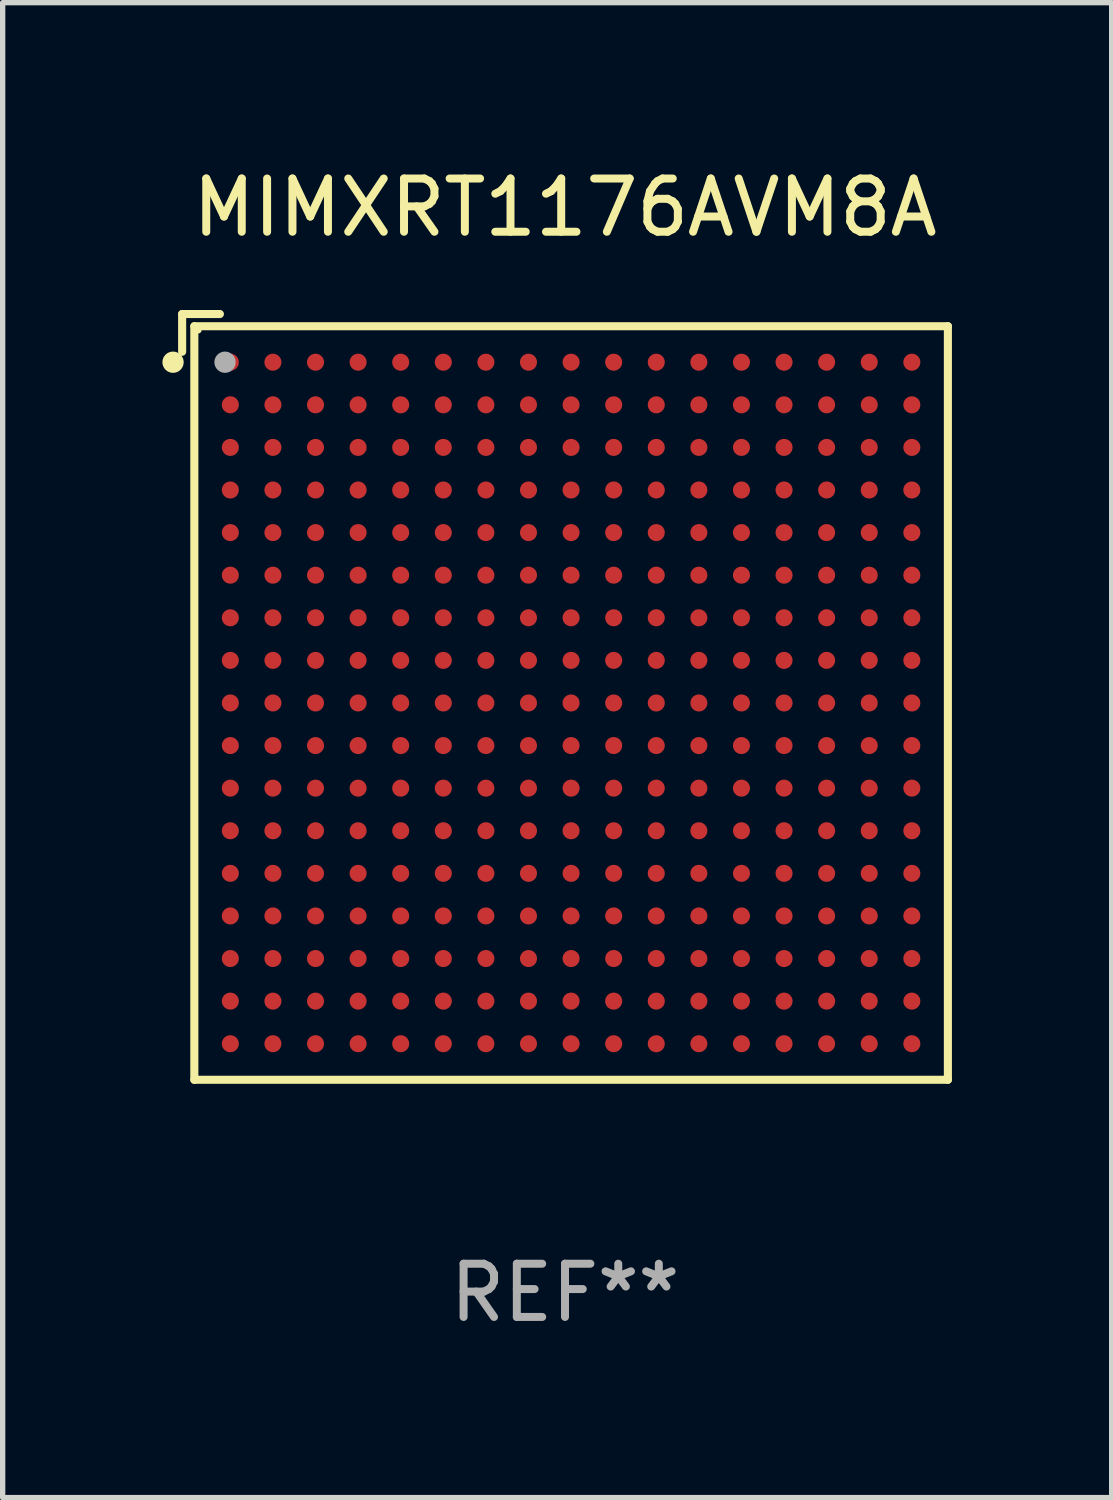
<source format=kicad_pcb>
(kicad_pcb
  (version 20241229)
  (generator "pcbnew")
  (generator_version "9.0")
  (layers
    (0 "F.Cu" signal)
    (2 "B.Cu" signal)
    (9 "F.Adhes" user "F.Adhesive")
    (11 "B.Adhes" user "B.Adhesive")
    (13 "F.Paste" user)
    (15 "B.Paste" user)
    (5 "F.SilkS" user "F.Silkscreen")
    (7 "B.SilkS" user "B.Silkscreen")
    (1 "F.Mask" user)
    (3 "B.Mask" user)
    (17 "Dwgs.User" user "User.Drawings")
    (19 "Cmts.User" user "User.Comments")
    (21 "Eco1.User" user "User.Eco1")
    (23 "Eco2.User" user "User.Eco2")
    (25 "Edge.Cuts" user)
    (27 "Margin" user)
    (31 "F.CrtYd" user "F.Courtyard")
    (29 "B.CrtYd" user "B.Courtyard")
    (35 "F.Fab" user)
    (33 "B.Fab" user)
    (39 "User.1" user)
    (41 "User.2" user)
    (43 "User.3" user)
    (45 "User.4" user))
  (footprint "MIMXRT1176AVM8A"
    (layer "F.Cu")
    (at 7.562 10.039)
    (property "Reference" "MIMXRT1176AVM8A" (at 0 -9.191 0) (layer "F.SilkS") (effects (font (size 1 1) (thickness 0.15))))
    (attr through_hole)
    (fp_line (start -7.191 -7.191) (end -7.191 -6.482) (stroke (width 0.152) (type solid)) (layer "F.SilkS"))
    (fp_line (start -6.962 -6.962) (end 7.191 -6.962) (stroke (width 0.152) (type solid)) (layer "F.SilkS"))
    (fp_line (start -6.962 7.191) (end -6.962 -6.962) (stroke (width 0.152) (type solid)) (layer "F.SilkS"))
    (fp_line (start -6.482 -7.191) (end -7.191 -7.191) (stroke (width 0.152) (type solid)) (layer "F.SilkS"))
    (fp_line (start 7.191 -6.962) (end 7.191 7.191) (stroke (width 0.152) (type solid)) (layer "F.SilkS"))
    (fp_line (start 7.191 7.191) (end -6.962 7.191) (stroke (width 0.152) (type solid)) (layer "F.SilkS"))
    (fp_circle (center -7.362 -6.286) (end -7.262 -6.286) (stroke (width 0.2) (type solid)) (fill no) (layer "F.SilkS"))
    (fp_circle (center -6.886 -6.886) (end -6.856 -6.886) (stroke (width 0.06) (type solid)) (fill no) (layer "F.SilkS"))
    (fp_circle (center -6.386 -6.286) (end -6.286 -6.286) (stroke (width 0.2) (type solid)) (fill no) (layer "F.Fab"))
    (fp_text user "REF**" (at 0 11.191 0) (layer "F.Fab") (effects (font (size 1 1) (thickness 0.15))))
    (pad "A1" smd circle (at -6.286 -6.286) (size 0.32 0.32) (layers "F.Cu" "F.Mask" "F.Paste"))
    (pad "A2" smd circle (at -5.486 -6.286) (size 0.32 0.32) (layers "F.Cu" "F.Mask" "F.Paste"))
    (pad "A3" smd circle (at -4.686 -6.286) (size 0.32 0.32) (layers "F.Cu" "F.Mask" "F.Paste"))
    (pad "A4" smd circle (at -3.886 -6.286) (size 0.32 0.32) (layers "F.Cu" "F.Mask" "F.Paste"))
    (pad "A5" smd circle (at -3.086 -6.286) (size 0.32 0.32) (layers "F.Cu" "F.Mask" "F.Paste"))
    (pad "A6" smd circle (at -2.286 -6.286) (size 0.32 0.32) (layers "F.Cu" "F.Mask" "F.Paste"))
    (pad "A7" smd circle (at -1.486 -6.286) (size 0.32 0.32) (layers "F.Cu" "F.Mask" "F.Paste"))
    (pad "A8" smd circle (at -0.686 -6.286) (size 0.32 0.32) (layers "F.Cu" "F.Mask" "F.Paste"))
    (pad "A9" smd circle (at 0.114 -6.286) (size 0.32 0.32) (layers "F.Cu" "F.Mask" "F.Paste"))
    (pad "A10" smd circle (at 0.914 -6.286) (size 0.32 0.32) (layers "F.Cu" "F.Mask" "F.Paste"))
    (pad "A11" smd circle (at 1.714 -6.286) (size 0.32 0.32) (layers "F.Cu" "F.Mask" "F.Paste"))
    (pad "A12" smd circle (at 2.514 -6.286) (size 0.32 0.32) (layers "F.Cu" "F.Mask" "F.Paste"))
    (pad "A13" smd circle (at 3.314 -6.286) (size 0.32 0.32) (layers "F.Cu" "F.Mask" "F.Paste"))
    (pad "A14" smd circle (at 4.114 -6.286) (size 0.32 0.32) (layers "F.Cu" "F.Mask" "F.Paste"))
    (pad "A15" smd circle (at 4.914 -6.286) (size 0.32 0.32) (layers "F.Cu" "F.Mask" "F.Paste"))
    (pad "A16" smd circle (at 5.714 -6.286) (size 0.32 0.32) (layers "F.Cu" "F.Mask" "F.Paste"))
    (pad "A17" smd circle (at 6.514 -6.286) (size 0.32 0.32) (layers "F.Cu" "F.Mask" "F.Paste"))
    (pad "B1" smd circle (at -6.286 -5.486) (size 0.32 0.32) (layers "F.Cu" "F.Mask" "F.Paste"))
    (pad "B2" smd circle (at -5.486 -5.486) (size 0.32 0.32) (layers "F.Cu" "F.Mask" "F.Paste"))
    (pad "B3" smd circle (at -4.686 -5.486) (size 0.32 0.32) (layers "F.Cu" "F.Mask" "F.Paste"))
    (pad "B4" smd circle (at -3.886 -5.486) (size 0.32 0.32) (layers "F.Cu" "F.Mask" "F.Paste"))
    (pad "B5" smd circle (at -3.086 -5.486) (size 0.32 0.32) (layers "F.Cu" "F.Mask" "F.Paste"))
    (pad "B6" smd circle (at -2.286 -5.486) (size 0.32 0.32) (layers "F.Cu" "F.Mask" "F.Paste"))
    (pad "B7" smd circle (at -1.486 -5.486) (size 0.32 0.32) (layers "F.Cu" "F.Mask" "F.Paste"))
    (pad "B8" smd circle (at -0.686 -5.486) (size 0.32 0.32) (layers "F.Cu" "F.Mask" "F.Paste"))
    (pad "B9" smd circle (at 0.114 -5.486) (size 0.32 0.32) (layers "F.Cu" "F.Mask" "F.Paste"))
    (pad "B10" smd circle (at 0.914 -5.486) (size 0.32 0.32) (layers "F.Cu" "F.Mask" "F.Paste"))
    (pad "B11" smd circle (at 1.714 -5.486) (size 0.32 0.32) (layers "F.Cu" "F.Mask" "F.Paste"))
    (pad "B12" smd circle (at 2.514 -5.486) (size 0.32 0.32) (layers "F.Cu" "F.Mask" "F.Paste"))
    (pad "B13" smd circle (at 3.314 -5.486) (size 0.32 0.32) (layers "F.Cu" "F.Mask" "F.Paste"))
    (pad "B14" smd circle (at 4.114 -5.486) (size 0.32 0.32) (layers "F.Cu" "F.Mask" "F.Paste"))
    (pad "B15" smd circle (at 4.914 -5.486) (size 0.32 0.32) (layers "F.Cu" "F.Mask" "F.Paste"))
    (pad "B16" smd circle (at 5.714 -5.486) (size 0.32 0.32) (layers "F.Cu" "F.Mask" "F.Paste"))
    (pad "B17" smd circle (at 6.514 -5.486) (size 0.32 0.32) (layers "F.Cu" "F.Mask" "F.Paste"))
    (pad "C1" smd circle (at -6.286 -4.686) (size 0.32 0.32) (layers "F.Cu" "F.Mask" "F.Paste"))
    (pad "C2" smd circle (at -5.486 -4.686) (size 0.32 0.32) (layers "F.Cu" "F.Mask" "F.Paste"))
    (pad "C3" smd circle (at -4.686 -4.686) (size 0.32 0.32) (layers "F.Cu" "F.Mask" "F.Paste"))
    (pad "C4" smd circle (at -3.886 -4.686) (size 0.32 0.32) (layers "F.Cu" "F.Mask" "F.Paste"))
    (pad "C5" smd circle (at -3.086 -4.686) (size 0.32 0.32) (layers "F.Cu" "F.Mask" "F.Paste"))
    (pad "C6" smd circle (at -2.286 -4.686) (size 0.32 0.32) (layers "F.Cu" "F.Mask" "F.Paste"))
    (pad "C7" smd circle (at -1.486 -4.686) (size 0.32 0.32) (layers "F.Cu" "F.Mask" "F.Paste"))
    (pad "C8" smd circle (at -0.686 -4.686) (size 0.32 0.32) (layers "F.Cu" "F.Mask" "F.Paste"))
    (pad "C9" smd circle (at 0.114 -4.686) (size 0.32 0.32) (layers "F.Cu" "F.Mask" "F.Paste"))
    (pad "C10" smd circle (at 0.914 -4.686) (size 0.32 0.32) (layers "F.Cu" "F.Mask" "F.Paste"))
    (pad "C11" smd circle (at 1.714 -4.686) (size 0.32 0.32) (layers "F.Cu" "F.Mask" "F.Paste"))
    (pad "C12" smd circle (at 2.514 -4.686) (size 0.32 0.32) (layers "F.Cu" "F.Mask" "F.Paste"))
    (pad "C13" smd circle (at 3.314 -4.686) (size 0.32 0.32) (layers "F.Cu" "F.Mask" "F.Paste"))
    (pad "C14" smd circle (at 4.114 -4.686) (size 0.32 0.32) (layers "F.Cu" "F.Mask" "F.Paste"))
    (pad "C15" smd circle (at 4.914 -4.686) (size 0.32 0.32) (layers "F.Cu" "F.Mask" "F.Paste"))
    (pad "C16" smd circle (at 5.714 -4.686) (size 0.32 0.32) (layers "F.Cu" "F.Mask" "F.Paste"))
    (pad "C17" smd circle (at 6.514 -4.686) (size 0.32 0.32) (layers "F.Cu" "F.Mask" "F.Paste"))
    (pad "D1" smd circle (at -6.286 -3.886) (size 0.32 0.32) (layers "F.Cu" "F.Mask" "F.Paste"))
    (pad "D2" smd circle (at -5.486 -3.886) (size 0.32 0.32) (layers "F.Cu" "F.Mask" "F.Paste"))
    (pad "D3" smd circle (at -4.686 -3.886) (size 0.32 0.32) (layers "F.Cu" "F.Mask" "F.Paste"))
    (pad "D4" smd circle (at -3.886 -3.886) (size 0.32 0.32) (layers "F.Cu" "F.Mask" "F.Paste"))
    (pad "D5" smd circle (at -3.086 -3.886) (size 0.32 0.32) (layers "F.Cu" "F.Mask" "F.Paste"))
    (pad "D6" smd circle (at -2.286 -3.886) (size 0.32 0.32) (layers "F.Cu" "F.Mask" "F.Paste"))
    (pad "D7" smd circle (at -1.486 -3.886) (size 0.32 0.32) (layers "F.Cu" "F.Mask" "F.Paste"))
    (pad "D8" smd circle (at -0.686 -3.886) (size 0.32 0.32) (layers "F.Cu" "F.Mask" "F.Paste"))
    (pad "D9" smd circle (at 0.114 -3.886) (size 0.32 0.32) (layers "F.Cu" "F.Mask" "F.Paste"))
    (pad "D10" smd circle (at 0.914 -3.886) (size 0.32 0.32) (layers "F.Cu" "F.Mask" "F.Paste"))
    (pad "D11" smd circle (at 1.714 -3.886) (size 0.32 0.32) (layers "F.Cu" "F.Mask" "F.Paste"))
    (pad "D12" smd circle (at 2.514 -3.886) (size 0.32 0.32) (layers "F.Cu" "F.Mask" "F.Paste"))
    (pad "D13" smd circle (at 3.314 -3.886) (size 0.32 0.32) (layers "F.Cu" "F.Mask" "F.Paste"))
    (pad "D14" smd circle (at 4.114 -3.886) (size 0.32 0.32) (layers "F.Cu" "F.Mask" "F.Paste"))
    (pad "D15" smd circle (at 4.914 -3.886) (size 0.32 0.32) (layers "F.Cu" "F.Mask" "F.Paste"))
    (pad "D16" smd circle (at 5.714 -3.886) (size 0.32 0.32) (layers "F.Cu" "F.Mask" "F.Paste"))
    (pad "D17" smd circle (at 6.514 -3.886) (size 0.32 0.32) (layers "F.Cu" "F.Mask" "F.Paste"))
    (pad "E1" smd circle (at -6.286 -3.086) (size 0.32 0.32) (layers "F.Cu" "F.Mask" "F.Paste"))
    (pad "E2" smd circle (at -5.486 -3.086) (size 0.32 0.32) (layers "F.Cu" "F.Mask" "F.Paste"))
    (pad "E3" smd circle (at -4.686 -3.086) (size 0.32 0.32) (layers "F.Cu" "F.Mask" "F.Paste"))
    (pad "E4" smd circle (at -3.886 -3.086) (size 0.32 0.32) (layers "F.Cu" "F.Mask" "F.Paste"))
    (pad "E5" smd circle (at -3.086 -3.086) (size 0.32 0.32) (layers "F.Cu" "F.Mask" "F.Paste"))
    (pad "E6" smd circle (at -2.286 -3.086) (size 0.32 0.32) (layers "F.Cu" "F.Mask" "F.Paste"))
    (pad "E7" smd circle (at -1.486 -3.086) (size 0.32 0.32) (layers "F.Cu" "F.Mask" "F.Paste"))
    (pad "E8" smd circle (at -0.686 -3.086) (size 0.32 0.32) (layers "F.Cu" "F.Mask" "F.Paste"))
    (pad "E9" smd circle (at 0.114 -3.086) (size 0.32 0.32) (layers "F.Cu" "F.Mask" "F.Paste"))
    (pad "E10" smd circle (at 0.914 -3.086) (size 0.32 0.32) (layers "F.Cu" "F.Mask" "F.Paste"))
    (pad "E11" smd circle (at 1.714 -3.086) (size 0.32 0.32) (layers "F.Cu" "F.Mask" "F.Paste"))
    (pad "E12" smd circle (at 2.514 -3.086) (size 0.32 0.32) (layers "F.Cu" "F.Mask" "F.Paste"))
    (pad "E13" smd circle (at 3.314 -3.086) (size 0.32 0.32) (layers "F.Cu" "F.Mask" "F.Paste"))
    (pad "E14" smd circle (at 4.114 -3.086) (size 0.32 0.32) (layers "F.Cu" "F.Mask" "F.Paste"))
    (pad "E15" smd circle (at 4.914 -3.086) (size 0.32 0.32) (layers "F.Cu" "F.Mask" "F.Paste"))
    (pad "E16" smd circle (at 5.714 -3.086) (size 0.32 0.32) (layers "F.Cu" "F.Mask" "F.Paste"))
    (pad "E17" smd circle (at 6.514 -3.086) (size 0.32 0.32) (layers "F.Cu" "F.Mask" "F.Paste"))
    (pad "F1" smd circle (at -6.286 -2.286) (size 0.32 0.32) (layers "F.Cu" "F.Mask" "F.Paste"))
    (pad "F2" smd circle (at -5.486 -2.286) (size 0.32 0.32) (layers "F.Cu" "F.Mask" "F.Paste"))
    (pad "F3" smd circle (at -4.686 -2.286) (size 0.32 0.32) (layers "F.Cu" "F.Mask" "F.Paste"))
    (pad "F4" smd circle (at -3.886 -2.286) (size 0.32 0.32) (layers "F.Cu" "F.Mask" "F.Paste"))
    (pad "F5" smd circle (at -3.086 -2.286) (size 0.32 0.32) (layers "F.Cu" "F.Mask" "F.Paste"))
    (pad "F6" smd circle (at -2.286 -2.286) (size 0.32 0.32) (layers "F.Cu" "F.Mask" "F.Paste"))
    (pad "F7" smd circle (at -1.486 -2.286) (size 0.32 0.32) (layers "F.Cu" "F.Mask" "F.Paste"))
    (pad "F8" smd circle (at -0.686 -2.286) (size 0.32 0.32) (layers "F.Cu" "F.Mask" "F.Paste"))
    (pad "F9" smd circle (at 0.114 -2.286) (size 0.32 0.32) (layers "F.Cu" "F.Mask" "F.Paste"))
    (pad "F10" smd circle (at 0.914 -2.286) (size 0.32 0.32) (layers "F.Cu" "F.Mask" "F.Paste"))
    (pad "F11" smd circle (at 1.714 -2.286) (size 0.32 0.32) (layers "F.Cu" "F.Mask" "F.Paste"))
    (pad "F12" smd circle (at 2.514 -2.286) (size 0.32 0.32) (layers "F.Cu" "F.Mask" "F.Paste"))
    (pad "F13" smd circle (at 3.314 -2.286) (size 0.32 0.32) (layers "F.Cu" "F.Mask" "F.Paste"))
    (pad "F14" smd circle (at 4.114 -2.286) (size 0.32 0.32) (layers "F.Cu" "F.Mask" "F.Paste"))
    (pad "F15" smd circle (at 4.914 -2.286) (size 0.32 0.32) (layers "F.Cu" "F.Mask" "F.Paste"))
    (pad "F16" smd circle (at 5.714 -2.286) (size 0.32 0.32) (layers "F.Cu" "F.Mask" "F.Paste"))
    (pad "F17" smd circle (at 6.514 -2.286) (size 0.32 0.32) (layers "F.Cu" "F.Mask" "F.Paste"))
    (pad "G1" smd circle (at -6.286 -1.486) (size 0.32 0.32) (layers "F.Cu" "F.Mask" "F.Paste"))
    (pad "G2" smd circle (at -5.486 -1.486) (size 0.32 0.32) (layers "F.Cu" "F.Mask" "F.Paste"))
    (pad "G3" smd circle (at -4.686 -1.486) (size 0.32 0.32) (layers "F.Cu" "F.Mask" "F.Paste"))
    (pad "G4" smd circle (at -3.886 -1.486) (size 0.32 0.32) (layers "F.Cu" "F.Mask" "F.Paste"))
    (pad "G5" smd circle (at -3.086 -1.486) (size 0.32 0.32) (layers "F.Cu" "F.Mask" "F.Paste"))
    (pad "G6" smd circle (at -2.286 -1.486) (size 0.32 0.32) (layers "F.Cu" "F.Mask" "F.Paste"))
    (pad "G7" smd circle (at -1.486 -1.486) (size 0.32 0.32) (layers "F.Cu" "F.Mask" "F.Paste"))
    (pad "G8" smd circle (at -0.686 -1.486) (size 0.32 0.32) (layers "F.Cu" "F.Mask" "F.Paste"))
    (pad "G9" smd circle (at 0.114 -1.486) (size 0.32 0.32) (layers "F.Cu" "F.Mask" "F.Paste"))
    (pad "G10" smd circle (at 0.914 -1.486) (size 0.32 0.32) (layers "F.Cu" "F.Mask" "F.Paste"))
    (pad "G11" smd circle (at 1.714 -1.486) (size 0.32 0.32) (layers "F.Cu" "F.Mask" "F.Paste"))
    (pad "G12" smd circle (at 2.514 -1.486) (size 0.32 0.32) (layers "F.Cu" "F.Mask" "F.Paste"))
    (pad "G13" smd circle (at 3.314 -1.486) (size 0.32 0.32) (layers "F.Cu" "F.Mask" "F.Paste"))
    (pad "G14" smd circle (at 4.114 -1.486) (size 0.32 0.32) (layers "F.Cu" "F.Mask" "F.Paste"))
    (pad "G15" smd circle (at 4.914 -1.486) (size 0.32 0.32) (layers "F.Cu" "F.Mask" "F.Paste"))
    (pad "G16" smd circle (at 5.714 -1.486) (size 0.32 0.32) (layers "F.Cu" "F.Mask" "F.Paste"))
    (pad "G17" smd circle (at 6.514 -1.486) (size 0.32 0.32) (layers "F.Cu" "F.Mask" "F.Paste"))
    (pad "H1" smd circle (at -6.286 -0.686) (size 0.32 0.32) (layers "F.Cu" "F.Mask" "F.Paste"))
    (pad "H2" smd circle (at -5.486 -0.686) (size 0.32 0.32) (layers "F.Cu" "F.Mask" "F.Paste"))
    (pad "H3" smd circle (at -4.686 -0.686) (size 0.32 0.32) (layers "F.Cu" "F.Mask" "F.Paste"))
    (pad "H4" smd circle (at -3.886 -0.686) (size 0.32 0.32) (layers "F.Cu" "F.Mask" "F.Paste"))
    (pad "H5" smd circle (at -3.086 -0.686) (size 0.32 0.32) (layers "F.Cu" "F.Mask" "F.Paste"))
    (pad "H6" smd circle (at -2.286 -0.686) (size 0.32 0.32) (layers "F.Cu" "F.Mask" "F.Paste"))
    (pad "H7" smd circle (at -1.486 -0.686) (size 0.32 0.32) (layers "F.Cu" "F.Mask" "F.Paste"))
    (pad "H8" smd circle (at -0.686 -0.686) (size 0.32 0.32) (layers "F.Cu" "F.Mask" "F.Paste"))
    (pad "H9" smd circle (at 0.114 -0.686) (size 0.32 0.32) (layers "F.Cu" "F.Mask" "F.Paste"))
    (pad "H10" smd circle (at 0.914 -0.686) (size 0.32 0.32) (layers "F.Cu" "F.Mask" "F.Paste"))
    (pad "H11" smd circle (at 1.714 -0.686) (size 0.32 0.32) (layers "F.Cu" "F.Mask" "F.Paste"))
    (pad "H12" smd circle (at 2.514 -0.686) (size 0.32 0.32) (layers "F.Cu" "F.Mask" "F.Paste"))
    (pad "H13" smd circle (at 3.314 -0.686) (size 0.32 0.32) (layers "F.Cu" "F.Mask" "F.Paste"))
    (pad "H14" smd circle (at 4.114 -0.686) (size 0.32 0.32) (layers "F.Cu" "F.Mask" "F.Paste"))
    (pad "H15" smd circle (at 4.914 -0.686) (size 0.32 0.32) (layers "F.Cu" "F.Mask" "F.Paste"))
    (pad "H16" smd circle (at 5.714 -0.686) (size 0.32 0.32) (layers "F.Cu" "F.Mask" "F.Paste"))
    (pad "H17" smd circle (at 6.514 -0.686) (size 0.32 0.32) (layers "F.Cu" "F.Mask" "F.Paste"))
    (pad "J1" smd circle (at -6.286 0.114) (size 0.32 0.32) (layers "F.Cu" "F.Mask" "F.Paste"))
    (pad "J2" smd circle (at -5.486 0.114) (size 0.32 0.32) (layers "F.Cu" "F.Mask" "F.Paste"))
    (pad "J3" smd circle (at -4.686 0.114) (size 0.32 0.32) (layers "F.Cu" "F.Mask" "F.Paste"))
    (pad "J4" smd circle (at -3.886 0.114) (size 0.32 0.32) (layers "F.Cu" "F.Mask" "F.Paste"))
    (pad "J5" smd circle (at -3.086 0.114) (size 0.32 0.32) (layers "F.Cu" "F.Mask" "F.Paste"))
    (pad "J6" smd circle (at -2.286 0.114) (size 0.32 0.32) (layers "F.Cu" "F.Mask" "F.Paste"))
    (pad "J7" smd circle (at -1.486 0.114) (size 0.32 0.32) (layers "F.Cu" "F.Mask" "F.Paste"))
    (pad "J8" smd circle (at -0.686 0.114) (size 0.32 0.32) (layers "F.Cu" "F.Mask" "F.Paste"))
    (pad "J9" smd circle (at 0.114 0.114) (size 0.32 0.32) (layers "F.Cu" "F.Mask" "F.Paste"))
    (pad "J10" smd circle (at 0.914 0.114) (size 0.32 0.32) (layers "F.Cu" "F.Mask" "F.Paste"))
    (pad "J11" smd circle (at 1.714 0.114) (size 0.32 0.32) (layers "F.Cu" "F.Mask" "F.Paste"))
    (pad "J12" smd circle (at 2.514 0.114) (size 0.32 0.32) (layers "F.Cu" "F.Mask" "F.Paste"))
    (pad "J13" smd circle (at 3.314 0.114) (size 0.32 0.32) (layers "F.Cu" "F.Mask" "F.Paste"))
    (pad "J14" smd circle (at 4.114 0.114) (size 0.32 0.32) (layers "F.Cu" "F.Mask" "F.Paste"))
    (pad "J15" smd circle (at 4.914 0.114) (size 0.32 0.32) (layers "F.Cu" "F.Mask" "F.Paste"))
    (pad "J16" smd circle (at 5.714 0.114) (size 0.32 0.32) (layers "F.Cu" "F.Mask" "F.Paste"))
    (pad "J17" smd circle (at 6.514 0.114) (size 0.32 0.32) (layers "F.Cu" "F.Mask" "F.Paste"))
    (pad "K1" smd circle (at -6.286 0.914) (size 0.32 0.32) (layers "F.Cu" "F.Mask" "F.Paste"))
    (pad "K2" smd circle (at -5.486 0.914) (size 0.32 0.32) (layers "F.Cu" "F.Mask" "F.Paste"))
    (pad "K3" smd circle (at -4.686 0.914) (size 0.32 0.32) (layers "F.Cu" "F.Mask" "F.Paste"))
    (pad "K4" smd circle (at -3.886 0.914) (size 0.32 0.32) (layers "F.Cu" "F.Mask" "F.Paste"))
    (pad "K5" smd circle (at -3.086 0.914) (size 0.32 0.32) (layers "F.Cu" "F.Mask" "F.Paste"))
    (pad "K6" smd circle (at -2.286 0.914) (size 0.32 0.32) (layers "F.Cu" "F.Mask" "F.Paste"))
    (pad "K7" smd circle (at -1.486 0.914) (size 0.32 0.32) (layers "F.Cu" "F.Mask" "F.Paste"))
    (pad "K8" smd circle (at -0.686 0.914) (size 0.32 0.32) (layers "F.Cu" "F.Mask" "F.Paste"))
    (pad "K9" smd circle (at 0.114 0.914) (size 0.32 0.32) (layers "F.Cu" "F.Mask" "F.Paste"))
    (pad "K10" smd circle (at 0.914 0.914) (size 0.32 0.32) (layers "F.Cu" "F.Mask" "F.Paste"))
    (pad "K11" smd circle (at 1.714 0.914) (size 0.32 0.32) (layers "F.Cu" "F.Mask" "F.Paste"))
    (pad "K12" smd circle (at 2.514 0.914) (size 0.32 0.32) (layers "F.Cu" "F.Mask" "F.Paste"))
    (pad "K13" smd circle (at 3.314 0.914) (size 0.32 0.32) (layers "F.Cu" "F.Mask" "F.Paste"))
    (pad "K14" smd circle (at 4.114 0.914) (size 0.32 0.32) (layers "F.Cu" "F.Mask" "F.Paste"))
    (pad "K15" smd circle (at 4.914 0.914) (size 0.32 0.32) (layers "F.Cu" "F.Mask" "F.Paste"))
    (pad "K16" smd circle (at 5.714 0.914) (size 0.32 0.32) (layers "F.Cu" "F.Mask" "F.Paste"))
    (pad "K17" smd circle (at 6.514 0.914) (size 0.32 0.32) (layers "F.Cu" "F.Mask" "F.Paste"))
    (pad "L1" smd circle (at -6.286 1.714) (size 0.32 0.32) (layers "F.Cu" "F.Mask" "F.Paste"))
    (pad "L2" smd circle (at -5.486 1.714) (size 0.32 0.32) (layers "F.Cu" "F.Mask" "F.Paste"))
    (pad "L3" smd circle (at -4.686 1.714) (size 0.32 0.32) (layers "F.Cu" "F.Mask" "F.Paste"))
    (pad "L4" smd circle (at -3.886 1.714) (size 0.32 0.32) (layers "F.Cu" "F.Mask" "F.Paste"))
    (pad "L5" smd circle (at -3.086 1.714) (size 0.32 0.32) (layers "F.Cu" "F.Mask" "F.Paste"))
    (pad "L6" smd circle (at -2.286 1.714) (size 0.32 0.32) (layers "F.Cu" "F.Mask" "F.Paste"))
    (pad "L7" smd circle (at -1.486 1.714) (size 0.32 0.32) (layers "F.Cu" "F.Mask" "F.Paste"))
    (pad "L8" smd circle (at -0.686 1.714) (size 0.32 0.32) (layers "F.Cu" "F.Mask" "F.Paste"))
    (pad "L9" smd circle (at 0.114 1.714) (size 0.32 0.32) (layers "F.Cu" "F.Mask" "F.Paste"))
    (pad "L10" smd circle (at 0.914 1.714) (size 0.32 0.32) (layers "F.Cu" "F.Mask" "F.Paste"))
    (pad "L11" smd circle (at 1.714 1.714) (size 0.32 0.32) (layers "F.Cu" "F.Mask" "F.Paste"))
    (pad "L12" smd circle (at 2.514 1.714) (size 0.32 0.32) (layers "F.Cu" "F.Mask" "F.Paste"))
    (pad "L13" smd circle (at 3.314 1.714) (size 0.32 0.32) (layers "F.Cu" "F.Mask" "F.Paste"))
    (pad "L14" smd circle (at 4.114 1.714) (size 0.32 0.32) (layers "F.Cu" "F.Mask" "F.Paste"))
    (pad "L15" smd circle (at 4.914 1.714) (size 0.32 0.32) (layers "F.Cu" "F.Mask" "F.Paste"))
    (pad "L16" smd circle (at 5.714 1.714) (size 0.32 0.32) (layers "F.Cu" "F.Mask" "F.Paste"))
    (pad "L17" smd circle (at 6.514 1.714) (size 0.32 0.32) (layers "F.Cu" "F.Mask" "F.Paste"))
    (pad "M1" smd circle (at -6.286 2.514) (size 0.32 0.32) (layers "F.Cu" "F.Mask" "F.Paste"))
    (pad "M2" smd circle (at -5.486 2.514) (size 0.32 0.32) (layers "F.Cu" "F.Mask" "F.Paste"))
    (pad "M3" smd circle (at -4.686 2.514) (size 0.32 0.32) (layers "F.Cu" "F.Mask" "F.Paste"))
    (pad "M4" smd circle (at -3.886 2.514) (size 0.32 0.32) (layers "F.Cu" "F.Mask" "F.Paste"))
    (pad "M5" smd circle (at -3.086 2.514) (size 0.32 0.32) (layers "F.Cu" "F.Mask" "F.Paste"))
    (pad "M6" smd circle (at -2.286 2.514) (size 0.32 0.32) (layers "F.Cu" "F.Mask" "F.Paste"))
    (pad "M7" smd circle (at -1.486 2.514) (size 0.32 0.32) (layers "F.Cu" "F.Mask" "F.Paste"))
    (pad "M8" smd circle (at -0.686 2.514) (size 0.32 0.32) (layers "F.Cu" "F.Mask" "F.Paste"))
    (pad "M9" smd circle (at 0.114 2.514) (size 0.32 0.32) (layers "F.Cu" "F.Mask" "F.Paste"))
    (pad "M10" smd circle (at 0.914 2.514) (size 0.32 0.32) (layers "F.Cu" "F.Mask" "F.Paste"))
    (pad "M11" smd circle (at 1.714 2.514) (size 0.32 0.32) (layers "F.Cu" "F.Mask" "F.Paste"))
    (pad "M12" smd circle (at 2.514 2.514) (size 0.32 0.32) (layers "F.Cu" "F.Mask" "F.Paste"))
    (pad "M13" smd circle (at 3.314 2.514) (size 0.32 0.32) (layers "F.Cu" "F.Mask" "F.Paste"))
    (pad "M14" smd circle (at 4.114 2.514) (size 0.32 0.32) (layers "F.Cu" "F.Mask" "F.Paste"))
    (pad "M15" smd circle (at 4.914 2.514) (size 0.32 0.32) (layers "F.Cu" "F.Mask" "F.Paste"))
    (pad "M16" smd circle (at 5.714 2.514) (size 0.32 0.32) (layers "F.Cu" "F.Mask" "F.Paste"))
    (pad "M17" smd circle (at 6.514 2.514) (size 0.32 0.32) (layers "F.Cu" "F.Mask" "F.Paste"))
    (pad "N1" smd circle (at -6.286 3.314) (size 0.32 0.32) (layers "F.Cu" "F.Mask" "F.Paste"))
    (pad "N2" smd circle (at -5.486 3.314) (size 0.32 0.32) (layers "F.Cu" "F.Mask" "F.Paste"))
    (pad "N3" smd circle (at -4.686 3.314) (size 0.32 0.32) (layers "F.Cu" "F.Mask" "F.Paste"))
    (pad "N4" smd circle (at -3.886 3.314) (size 0.32 0.32) (layers "F.Cu" "F.Mask" "F.Paste"))
    (pad "N5" smd circle (at -3.086 3.314) (size 0.32 0.32) (layers "F.Cu" "F.Mask" "F.Paste"))
    (pad "N6" smd circle (at -2.286 3.314) (size 0.32 0.32) (layers "F.Cu" "F.Mask" "F.Paste"))
    (pad "N7" smd circle (at -1.486 3.314) (size 0.32 0.32) (layers "F.Cu" "F.Mask" "F.Paste"))
    (pad "N8" smd circle (at -0.686 3.314) (size 0.32 0.32) (layers "F.Cu" "F.Mask" "F.Paste"))
    (pad "N9" smd circle (at 0.114 3.314) (size 0.32 0.32) (layers "F.Cu" "F.Mask" "F.Paste"))
    (pad "N10" smd circle (at 0.914 3.314) (size 0.32 0.32) (layers "F.Cu" "F.Mask" "F.Paste"))
    (pad "N11" smd circle (at 1.714 3.314) (size 0.32 0.32) (layers "F.Cu" "F.Mask" "F.Paste"))
    (pad "N12" smd circle (at 2.514 3.314) (size 0.32 0.32) (layers "F.Cu" "F.Mask" "F.Paste"))
    (pad "N13" smd circle (at 3.314 3.314) (size 0.32 0.32) (layers "F.Cu" "F.Mask" "F.Paste"))
    (pad "N14" smd circle (at 4.114 3.314) (size 0.32 0.32) (layers "F.Cu" "F.Mask" "F.Paste"))
    (pad "N15" smd circle (at 4.914 3.314) (size 0.32 0.32) (layers "F.Cu" "F.Mask" "F.Paste"))
    (pad "N16" smd circle (at 5.714 3.314) (size 0.32 0.32) (layers "F.Cu" "F.Mask" "F.Paste"))
    (pad "N17" smd circle (at 6.514 3.314) (size 0.32 0.32) (layers "F.Cu" "F.Mask" "F.Paste"))
    (pad "P1" smd circle (at -6.286 4.114) (size 0.32 0.32) (layers "F.Cu" "F.Mask" "F.Paste"))
    (pad "P2" smd circle (at -5.486 4.114) (size 0.32 0.32) (layers "F.Cu" "F.Mask" "F.Paste"))
    (pad "P3" smd circle (at -4.686 4.114) (size 0.32 0.32) (layers "F.Cu" "F.Mask" "F.Paste"))
    (pad "P4" smd circle (at -3.886 4.114) (size 0.32 0.32) (layers "F.Cu" "F.Mask" "F.Paste"))
    (pad "P5" smd circle (at -3.086 4.114) (size 0.32 0.32) (layers "F.Cu" "F.Mask" "F.Paste"))
    (pad "P6" smd circle (at -2.286 4.114) (size 0.32 0.32) (layers "F.Cu" "F.Mask" "F.Paste"))
    (pad "P7" smd circle (at -1.486 4.114) (size 0.32 0.32) (layers "F.Cu" "F.Mask" "F.Paste"))
    (pad "P8" smd circle (at -0.686 4.114) (size 0.32 0.32) (layers "F.Cu" "F.Mask" "F.Paste"))
    (pad "P9" smd circle (at 0.114 4.114) (size 0.32 0.32) (layers "F.Cu" "F.Mask" "F.Paste"))
    (pad "P10" smd circle (at 0.914 4.114) (size 0.32 0.32) (layers "F.Cu" "F.Mask" "F.Paste"))
    (pad "P11" smd circle (at 1.714 4.114) (size 0.32 0.32) (layers "F.Cu" "F.Mask" "F.Paste"))
    (pad "P12" smd circle (at 2.514 4.114) (size 0.32 0.32) (layers "F.Cu" "F.Mask" "F.Paste"))
    (pad "P13" smd circle (at 3.314 4.114) (size 0.32 0.32) (layers "F.Cu" "F.Mask" "F.Paste"))
    (pad "P14" smd circle (at 4.114 4.114) (size 0.32 0.32) (layers "F.Cu" "F.Mask" "F.Paste"))
    (pad "P15" smd circle (at 4.914 4.114) (size 0.32 0.32) (layers "F.Cu" "F.Mask" "F.Paste"))
    (pad "P16" smd circle (at 5.714 4.114) (size 0.32 0.32) (layers "F.Cu" "F.Mask" "F.Paste"))
    (pad "P17" smd circle (at 6.514 4.114) (size 0.32 0.32) (layers "F.Cu" "F.Mask" "F.Paste"))
    (pad "R1" smd circle (at -6.286 4.914) (size 0.32 0.32) (layers "F.Cu" "F.Mask" "F.Paste"))
    (pad "R2" smd circle (at -5.486 4.914) (size 0.32 0.32) (layers "F.Cu" "F.Mask" "F.Paste"))
    (pad "R3" smd circle (at -4.686 4.914) (size 0.32 0.32) (layers "F.Cu" "F.Mask" "F.Paste"))
    (pad "R4" smd circle (at -3.886 4.914) (size 0.32 0.32) (layers "F.Cu" "F.Mask" "F.Paste"))
    (pad "R5" smd circle (at -3.086 4.914) (size 0.32 0.32) (layers "F.Cu" "F.Mask" "F.Paste"))
    (pad "R6" smd circle (at -2.286 4.914) (size 0.32 0.32) (layers "F.Cu" "F.Mask" "F.Paste"))
    (pad "R7" smd circle (at -1.486 4.914) (size 0.32 0.32) (layers "F.Cu" "F.Mask" "F.Paste"))
    (pad "R8" smd circle (at -0.686 4.914) (size 0.32 0.32) (layers "F.Cu" "F.Mask" "F.Paste"))
    (pad "R9" smd circle (at 0.114 4.914) (size 0.32 0.32) (layers "F.Cu" "F.Mask" "F.Paste"))
    (pad "R10" smd circle (at 0.914 4.914) (size 0.32 0.32) (layers "F.Cu" "F.Mask" "F.Paste"))
    (pad "R11" smd circle (at 1.714 4.914) (size 0.32 0.32) (layers "F.Cu" "F.Mask" "F.Paste"))
    (pad "R12" smd circle (at 2.514 4.914) (size 0.32 0.32) (layers "F.Cu" "F.Mask" "F.Paste"))
    (pad "R13" smd circle (at 3.314 4.914) (size 0.32 0.32) (layers "F.Cu" "F.Mask" "F.Paste"))
    (pad "R14" smd circle (at 4.114 4.914) (size 0.32 0.32) (layers "F.Cu" "F.Mask" "F.Paste"))
    (pad "R15" smd circle (at 4.914 4.914) (size 0.32 0.32) (layers "F.Cu" "F.Mask" "F.Paste"))
    (pad "R16" smd circle (at 5.714 4.914) (size 0.32 0.32) (layers "F.Cu" "F.Mask" "F.Paste"))
    (pad "R17" smd circle (at 6.514 4.914) (size 0.32 0.32) (layers "F.Cu" "F.Mask" "F.Paste"))
    (pad "T1" smd circle (at -6.286 5.714) (size 0.32 0.32) (layers "F.Cu" "F.Mask" "F.Paste"))
    (pad "T2" smd circle (at -5.486 5.714) (size 0.32 0.32) (layers "F.Cu" "F.Mask" "F.Paste"))
    (pad "T3" smd circle (at -4.686 5.714) (size 0.32 0.32) (layers "F.Cu" "F.Mask" "F.Paste"))
    (pad "T4" smd circle (at -3.886 5.714) (size 0.32 0.32) (layers "F.Cu" "F.Mask" "F.Paste"))
    (pad "T5" smd circle (at -3.086 5.714) (size 0.32 0.32) (layers "F.Cu" "F.Mask" "F.Paste"))
    (pad "T6" smd circle (at -2.286 5.714) (size 0.32 0.32) (layers "F.Cu" "F.Mask" "F.Paste"))
    (pad "T7" smd circle (at -1.486 5.714) (size 0.32 0.32) (layers "F.Cu" "F.Mask" "F.Paste"))
    (pad "T8" smd circle (at -0.686 5.714) (size 0.32 0.32) (layers "F.Cu" "F.Mask" "F.Paste"))
    (pad "T9" smd circle (at 0.114 5.714) (size 0.32 0.32) (layers "F.Cu" "F.Mask" "F.Paste"))
    (pad "T10" smd circle (at 0.914 5.714) (size 0.32 0.32) (layers "F.Cu" "F.Mask" "F.Paste"))
    (pad "T11" smd circle (at 1.714 5.714) (size 0.32 0.32) (layers "F.Cu" "F.Mask" "F.Paste"))
    (pad "T12" smd circle (at 2.514 5.714) (size 0.32 0.32) (layers "F.Cu" "F.Mask" "F.Paste"))
    (pad "T13" smd circle (at 3.314 5.714) (size 0.32 0.32) (layers "F.Cu" "F.Mask" "F.Paste"))
    (pad "T14" smd circle (at 4.114 5.714) (size 0.32 0.32) (layers "F.Cu" "F.Mask" "F.Paste"))
    (pad "T15" smd circle (at 4.914 5.714) (size 0.32 0.32) (layers "F.Cu" "F.Mask" "F.Paste"))
    (pad "T16" smd circle (at 5.714 5.714) (size 0.32 0.32) (layers "F.Cu" "F.Mask" "F.Paste"))
    (pad "T17" smd circle (at 6.514 5.714) (size 0.32 0.32) (layers "F.Cu" "F.Mask" "F.Paste"))
    (pad "U1" smd circle (at -6.286 6.514) (size 0.32 0.32) (layers "F.Cu" "F.Mask" "F.Paste"))
    (pad "U2" smd circle (at -5.486 6.514) (size 0.32 0.32) (layers "F.Cu" "F.Mask" "F.Paste"))
    (pad "U3" smd circle (at -4.686 6.514) (size 0.32 0.32) (layers "F.Cu" "F.Mask" "F.Paste"))
    (pad "U4" smd circle (at -3.886 6.514) (size 0.32 0.32) (layers "F.Cu" "F.Mask" "F.Paste"))
    (pad "U5" smd circle (at -3.086 6.514) (size 0.32 0.32) (layers "F.Cu" "F.Mask" "F.Paste"))
    (pad "U6" smd circle (at -2.286 6.514) (size 0.32 0.32) (layers "F.Cu" "F.Mask" "F.Paste"))
    (pad "U7" smd circle (at -1.486 6.514) (size 0.32 0.32) (layers "F.Cu" "F.Mask" "F.Paste"))
    (pad "U8" smd circle (at -0.686 6.514) (size 0.32 0.32) (layers "F.Cu" "F.Mask" "F.Paste"))
    (pad "U9" smd circle (at 0.114 6.514) (size 0.32 0.32) (layers "F.Cu" "F.Mask" "F.Paste"))
    (pad "U10" smd circle (at 0.914 6.514) (size 0.32 0.32) (layers "F.Cu" "F.Mask" "F.Paste"))
    (pad "U11" smd circle (at 1.714 6.514) (size 0.32 0.32) (layers "F.Cu" "F.Mask" "F.Paste"))
    (pad "U12" smd circle (at 2.514 6.514) (size 0.32 0.32) (layers "F.Cu" "F.Mask" "F.Paste"))
    (pad "U13" smd circle (at 3.314 6.514) (size 0.32 0.32) (layers "F.Cu" "F.Mask" "F.Paste"))
    (pad "U14" smd circle (at 4.114 6.514) (size 0.32 0.32) (layers "F.Cu" "F.Mask" "F.Paste"))
    (pad "U15" smd circle (at 4.914 6.514) (size 0.32 0.32) (layers "F.Cu" "F.Mask" "F.Paste"))
    (pad "U16" smd circle (at 5.714 6.514) (size 0.32 0.32) (layers "F.Cu" "F.Mask" "F.Paste"))
    (pad "U17" smd circle (at 6.514 6.514) (size 0.32 0.32) (layers "F.Cu" "F.Mask" "F.Paste")))
  (gr_rect
    (start -3 -3)
    (end 17.829 25.078)
    (stroke (width 0.1) (type default))
    (fill no)
    (layer "Edge.Cuts")))
</source>
